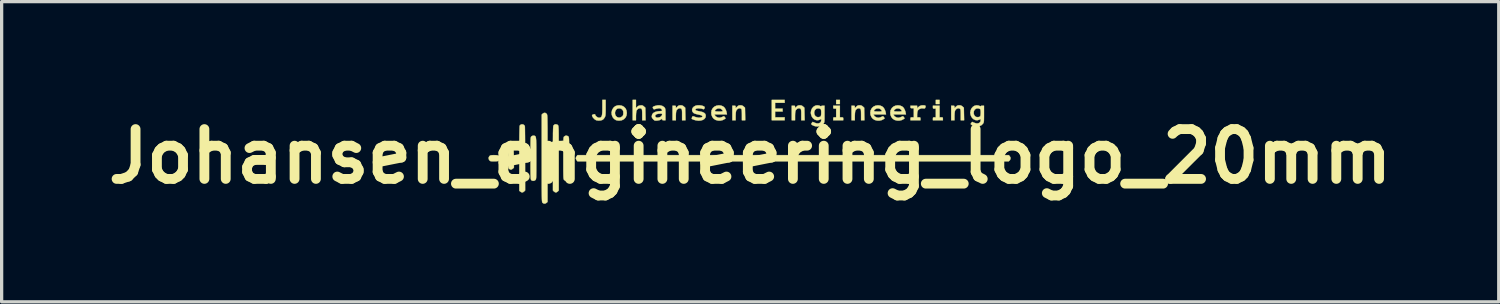
<source format=kicad_pcb>
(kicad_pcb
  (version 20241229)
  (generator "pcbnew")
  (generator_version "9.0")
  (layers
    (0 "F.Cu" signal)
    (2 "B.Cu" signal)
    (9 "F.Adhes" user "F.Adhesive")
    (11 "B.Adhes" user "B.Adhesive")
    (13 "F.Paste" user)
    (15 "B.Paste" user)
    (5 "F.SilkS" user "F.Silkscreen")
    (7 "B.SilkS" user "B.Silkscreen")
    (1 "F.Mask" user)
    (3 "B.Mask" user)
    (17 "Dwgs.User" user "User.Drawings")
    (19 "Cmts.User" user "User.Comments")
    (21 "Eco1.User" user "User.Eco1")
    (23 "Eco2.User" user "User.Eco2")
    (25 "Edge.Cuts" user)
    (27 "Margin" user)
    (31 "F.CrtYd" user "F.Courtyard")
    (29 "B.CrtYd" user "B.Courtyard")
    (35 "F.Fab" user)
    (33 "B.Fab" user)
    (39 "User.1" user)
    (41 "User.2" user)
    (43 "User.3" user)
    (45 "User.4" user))
  (footprint "Johansen_engineering_logo_20mm"
    (layer "F.Cu")
    (at 19.892 1.732)
    (property "Reference" "Johansen_engineering_logo_20mm" (at 0 0 0) (layer "F.SilkS") (effects (font (size 1.524 1.524) (thickness 0.3))))
    (attr through_hole)
    (fp_poly (pts (xy 2.743 -1.6) (xy 2.629 -1.6) (xy 2.629 -1.727) (xy 2.743 -1.727) (xy 2.743 -1.6)) (stroke (width 0.01) (type solid)) (fill yes) (layer "F.SilkS"))
    (fp_poly (pts (xy 5.791 -1.6) (xy 5.677 -1.6) (xy 5.677 -1.727) (xy 5.791 -1.727) (xy 5.791 -1.6)) (stroke (width 0.01) (type solid)) (fill yes) (layer "F.SilkS"))
    (fp_poly (pts (xy 1.054 -1.638) (xy 0.762 -1.638) (xy 0.762 -1.46) (xy 0.991 -1.46) (xy 0.991 -1.372) (xy 0.762 -1.372) (xy 0.762 -1.194) (xy 1.054 -1.194) (xy 1.054 -1.105) (xy 0.66 -1.105) (xy 0.66 -1.727) (xy 1.054 -1.727) (xy 1.054 -1.638)) (stroke (width 0.01) (type solid)) (fill yes) (layer "F.SilkS"))
    (fp_poly (pts (xy 7.935 -0.009) (xy 7.959 0.032) (xy 7.96 0.077) (xy 7.941 0.117) (xy 7.934 0.125) (xy 7.904 0.152) (xy -5.281 0.152) (xy -5.308 0.119) (xy -5.326 0.087) (xy -5.334 0.057) (xy -5.334 0.057) (xy -5.326 0.027) (xy -5.308 -0.004) (xy -5.308 -0.005) (xy -5.281 -0.038) (xy 1.313 -0.038) (xy 7.908 -0.038) (xy 7.935 -0.009)) (stroke (width 0.01) (type solid)) (fill yes) (layer "F.SilkS"))
    (fp_poly (pts (xy 2.743 -1.194) (xy 2.794 -1.194) (xy 2.827 -1.192) (xy 2.841 -1.184) (xy 2.845 -1.162) (xy 2.845 -1.149) (xy 2.845 -1.105) (xy 2.54 -1.105) (xy 2.54 -1.149) (xy 2.542 -1.179) (xy 2.553 -1.191) (xy 2.581 -1.194) (xy 2.584 -1.194) (xy 2.629 -1.194) (xy 2.629 -1.46) (xy 2.584 -1.46) (xy 2.555 -1.462) (xy 2.542 -1.474) (xy 2.54 -1.502) (xy 2.54 -1.505) (xy 2.54 -1.549) (xy 2.743 -1.549) (xy 2.743 -1.194)) (stroke (width 0.01) (type solid)) (fill yes) (layer "F.SilkS"))
    (fp_poly (pts (xy 5.791 -1.194) (xy 5.842 -1.194) (xy 5.875 -1.192) (xy 5.889 -1.184) (xy 5.893 -1.162) (xy 5.893 -1.149) (xy 5.893 -1.105) (xy 5.588 -1.105) (xy 5.588 -1.149) (xy 5.59 -1.179) (xy 5.601 -1.191) (xy 5.629 -1.194) (xy 5.632 -1.194) (xy 5.677 -1.194) (xy 5.677 -1.46) (xy 5.632 -1.46) (xy 5.603 -1.462) (xy 5.59 -1.474) (xy 5.588 -1.502) (xy 5.588 -1.505) (xy 5.588 -1.549) (xy 5.791 -1.549) (xy 5.791 -1.194)) (stroke (width 0.01) (type solid)) (fill yes) (layer "F.SilkS"))
    (fp_poly (pts (xy -7.756 -0.036) (xy -7.708 -0.027) (xy -7.678 -0.01) (xy -7.662 0.018) (xy -7.658 0.057) (xy -7.662 0.097) (xy -7.678 0.124) (xy -7.707 0.141) (xy -7.755 0.15) (xy -7.824 0.152) (xy -7.827 0.152) (xy -7.884 0.152) (xy -7.922 0.149) (xy -7.946 0.144) (xy -7.963 0.133) (xy -7.973 0.123) (xy -7.997 0.082) (xy -7.998 0.037) (xy -7.979 -0.003) (xy -7.972 -0.01) (xy -7.954 -0.024) (xy -7.933 -0.032) (xy -7.902 -0.036) (xy -7.855 -0.038) (xy -7.826 -0.038) (xy -7.756 -0.036)) (stroke (width 0.01) (type solid)) (fill yes) (layer "F.SilkS"))
    (fp_poly (pts (xy -3.493 -1.473) (xy -3.457 -1.513) (xy -3.427 -1.539) (xy -3.394 -1.553) (xy -3.357 -1.559) (xy -3.316 -1.561) (xy -3.288 -1.555) (xy -3.262 -1.537) (xy -3.25 -1.527) (xy -3.207 -1.488) (xy -3.203 -1.296) (xy -3.199 -1.105) (xy -3.302 -1.105) (xy -3.302 -1.269) (xy -3.303 -1.34) (xy -3.305 -1.39) (xy -3.309 -1.423) (xy -3.315 -1.443) (xy -3.322 -1.453) (xy -3.356 -1.471) (xy -3.395 -1.469) (xy -3.434 -1.45) (xy -3.466 -1.415) (xy -3.473 -1.403) (xy -3.484 -1.366) (xy -3.49 -1.311) (xy -3.493 -1.235) (xy -3.493 -1.105) (xy -3.594 -1.105) (xy -3.594 -1.727) (xy -3.493 -1.727) (xy -3.493 -1.473)) (stroke (width 0.01) (type solid)) (fill yes) (layer "F.SilkS"))
    (fp_poly (pts (xy -6.944 -0.976) (xy -6.91 -0.956) (xy -6.892 -0.924) (xy -6.89 -0.907) (xy -6.889 -0.867) (xy -6.888 -0.805) (xy -6.887 -0.724) (xy -6.886 -0.625) (xy -6.885 -0.512) (xy -6.885 -0.385) (xy -6.884 -0.247) (xy -6.884 -0.099) (xy -6.884 0.055) (xy -6.884 0.074) (xy -6.883 1.043) (xy -6.915 1.074) (xy -6.951 1.1) (xy -6.987 1.101) (xy -7.028 1.079) (xy -7.028 1.079) (xy -7.061 1.052) (xy -7.061 0.068) (xy -7.061 -0.141) (xy -7.061 -0.325) (xy -7.06 -0.485) (xy -7.059 -0.62) (xy -7.057 -0.731) (xy -7.055 -0.818) (xy -7.053 -0.882) (xy -7.051 -0.923) (xy -7.048 -0.941) (xy -7.048 -0.941) (xy -7.02 -0.969) (xy -6.983 -0.981) (xy -6.944 -0.976)) (stroke (width 0.01) (type solid)) (fill yes) (layer "F.SilkS"))
    (fp_poly (pts (xy -2.084 -1.558) (xy -2.049 -1.541) (xy -2.029 -1.525) (xy -1.988 -1.488) (xy -1.983 -1.296) (xy -1.979 -1.105) (xy -2.083 -1.105) (xy -2.083 -1.269) (xy -2.083 -1.34) (xy -2.085 -1.39) (xy -2.089 -1.423) (xy -2.096 -1.443) (xy -2.103 -1.453) (xy -2.136 -1.471) (xy -2.176 -1.469) (xy -2.215 -1.45) (xy -2.247 -1.415) (xy -2.254 -1.403) (xy -2.265 -1.366) (xy -2.271 -1.311) (xy -2.273 -1.235) (xy -2.273 -1.105) (xy -2.375 -1.105) (xy -2.375 -1.549) (xy -2.324 -1.549) (xy -2.292 -1.548) (xy -2.277 -1.54) (xy -2.273 -1.52) (xy -2.273 -1.513) (xy -2.273 -1.476) (xy -2.23 -1.519) (xy -2.198 -1.547) (xy -2.167 -1.559) (xy -2.129 -1.562) (xy -2.084 -1.558)) (stroke (width 0.01) (type solid)) (fill yes) (layer "F.SilkS"))
    (fp_poly (pts (xy -0.255 -1.558) (xy -0.22 -1.541) (xy -0.2 -1.525) (xy -0.159 -1.488) (xy -0.155 -1.296) (xy -0.151 -1.105) (xy -0.254 -1.105) (xy -0.254 -1.269) (xy -0.255 -1.34) (xy -0.257 -1.39) (xy -0.261 -1.423) (xy -0.267 -1.443) (xy -0.274 -1.453) (xy -0.308 -1.471) (xy -0.347 -1.469) (xy -0.386 -1.45) (xy -0.418 -1.415) (xy -0.425 -1.403) (xy -0.436 -1.366) (xy -0.442 -1.311) (xy -0.445 -1.235) (xy -0.445 -1.105) (xy -0.546 -1.105) (xy -0.546 -1.549) (xy -0.495 -1.549) (xy -0.463 -1.548) (xy -0.448 -1.54) (xy -0.445 -1.52) (xy -0.445 -1.513) (xy -0.445 -1.476) (xy -0.401 -1.519) (xy -0.369 -1.547) (xy -0.339 -1.559) (xy -0.3 -1.562) (xy -0.255 -1.558)) (stroke (width 0.01) (type solid)) (fill yes) (layer "F.SilkS"))
    (fp_poly (pts (xy 1.561 -1.558) (xy 1.596 -1.541) (xy 1.616 -1.525) (xy 1.657 -1.488) (xy 1.661 -1.296) (xy 1.666 -1.105) (xy 1.562 -1.105) (xy 1.562 -1.269) (xy 1.562 -1.34) (xy 1.559 -1.39) (xy 1.555 -1.423) (xy 1.549 -1.443) (xy 1.542 -1.453) (xy 1.508 -1.471) (xy 1.469 -1.469) (xy 1.43 -1.45) (xy 1.398 -1.415) (xy 1.391 -1.403) (xy 1.38 -1.366) (xy 1.374 -1.311) (xy 1.372 -1.235) (xy 1.372 -1.105) (xy 1.27 -1.105) (xy 1.27 -1.549) (xy 1.321 -1.549) (xy 1.353 -1.548) (xy 1.368 -1.54) (xy 1.372 -1.52) (xy 1.372 -1.513) (xy 1.372 -1.476) (xy 1.415 -1.519) (xy 1.447 -1.547) (xy 1.478 -1.559) (xy 1.516 -1.562) (xy 1.561 -1.558)) (stroke (width 0.01) (type solid)) (fill yes) (layer "F.SilkS"))
    (fp_poly (pts (xy 3.39 -1.558) (xy 3.425 -1.541) (xy 3.445 -1.525) (xy 3.486 -1.488) (xy 3.49 -1.296) (xy 3.494 -1.105) (xy 3.391 -1.105) (xy 3.391 -1.269) (xy 3.39 -1.34) (xy 3.388 -1.39) (xy 3.384 -1.423) (xy 3.378 -1.443) (xy 3.371 -1.453) (xy 3.337 -1.471) (xy 3.298 -1.469) (xy 3.259 -1.45) (xy 3.227 -1.415) (xy 3.22 -1.403) (xy 3.209 -1.366) (xy 3.203 -1.311) (xy 3.2 -1.235) (xy 3.2 -1.105) (xy 3.099 -1.105) (xy 3.099 -1.549) (xy 3.15 -1.549) (xy 3.182 -1.548) (xy 3.197 -1.54) (xy 3.2 -1.52) (xy 3.2 -1.513) (xy 3.2 -1.476) (xy 3.244 -1.519) (xy 3.276 -1.547) (xy 3.306 -1.559) (xy 3.345 -1.562) (xy 3.39 -1.558)) (stroke (width 0.01) (type solid)) (fill yes) (layer "F.SilkS"))
    (fp_poly (pts (xy 6.438 -1.558) (xy 6.473 -1.541) (xy 6.493 -1.525) (xy 6.534 -1.488) (xy 6.538 -1.296) (xy 6.542 -1.105) (xy 6.439 -1.105) (xy 6.439 -1.269) (xy 6.438 -1.34) (xy 6.436 -1.39) (xy 6.432 -1.423) (xy 6.426 -1.443) (xy 6.419 -1.453) (xy 6.385 -1.471) (xy 6.346 -1.469) (xy 6.307 -1.45) (xy 6.275 -1.415) (xy 6.268 -1.403) (xy 6.257 -1.366) (xy 6.251 -1.311) (xy 6.248 -1.235) (xy 6.248 -1.105) (xy 6.147 -1.105) (xy 6.147 -1.549) (xy 6.198 -1.549) (xy 6.23 -1.548) (xy 6.245 -1.54) (xy 6.248 -1.52) (xy 6.248 -1.513) (xy 6.248 -1.476) (xy 6.292 -1.519) (xy 6.324 -1.547) (xy 6.354 -1.559) (xy 6.393 -1.562) (xy 6.438 -1.558)) (stroke (width 0.01) (type solid)) (fill yes) (layer "F.SilkS"))
    (fp_poly (pts (xy -7.295 -0.287) (xy -7.263 -0.268) (xy -7.253 -0.259) (xy -7.246 -0.25) (xy -7.24 -0.235) (xy -7.236 -0.213) (xy -7.234 -0.179) (xy -7.232 -0.13) (xy -7.23 -0.064) (xy -7.229 0.024) (xy -7.229 0.05) (xy -7.225 0.343) (xy -7.257 0.375) (xy -7.297 0.401) (xy -7.336 0.403) (xy -7.374 0.38) (xy -7.376 0.377) (xy -7.385 0.367) (xy -7.392 0.355) (xy -7.397 0.337) (xy -7.4 0.312) (xy -7.402 0.274) (xy -7.404 0.222) (xy -7.404 0.15) (xy -7.404 0.057) (xy -7.404 0.055) (xy -7.404 -0.038) (xy -7.404 -0.109) (xy -7.403 -0.162) (xy -7.401 -0.199) (xy -7.397 -0.225) (xy -7.393 -0.242) (xy -7.386 -0.253) (xy -7.377 -0.262) (xy -7.375 -0.264) (xy -7.336 -0.288) (xy -7.295 -0.287)) (stroke (width 0.01) (type solid)) (fill yes) (layer "F.SilkS"))
    (fp_poly (pts (xy -4.42 -1.489) (xy -4.42 -1.404) (xy -4.421 -1.341) (xy -4.423 -1.294) (xy -4.426 -1.26) (xy -4.431 -1.235) (xy -4.439 -1.213) (xy -4.448 -1.193) (xy -4.485 -1.141) (xy -4.521 -1.114) (xy -4.574 -1.098) (xy -4.636 -1.094) (xy -4.694 -1.101) (xy -4.712 -1.106) (xy -4.761 -1.137) (xy -4.804 -1.182) (xy -4.821 -1.209) (xy -4.836 -1.242) (xy -4.834 -1.262) (xy -4.814 -1.277) (xy -4.801 -1.282) (xy -4.764 -1.291) (xy -4.742 -1.282) (xy -4.737 -1.264) (xy -4.727 -1.242) (xy -4.701 -1.217) (xy -4.669 -1.195) (xy -4.638 -1.182) (xy -4.629 -1.181) (xy -4.596 -1.183) (xy -4.57 -1.193) (xy -4.551 -1.211) (xy -4.537 -1.242) (xy -4.528 -1.288) (xy -4.523 -1.352) (xy -4.521 -1.437) (xy -4.521 -1.498) (xy -4.521 -1.727) (xy -4.42 -1.727) (xy -4.42 -1.489)) (stroke (width 0.01) (type solid)) (fill yes) (layer "F.SilkS"))
    (fp_poly (pts (xy -5.9 -0.972) (xy -5.878 -0.953) (xy -5.874 -0.947) (xy -5.87 -0.938) (xy -5.867 -0.926) (xy -5.864 -0.907) (xy -5.862 -0.882) (xy -5.86 -0.847) (xy -5.858 -0.801) (xy -5.857 -0.743) (xy -5.856 -0.67) (xy -5.856 -0.582) (xy -5.855 -0.475) (xy -5.855 -0.349) (xy -5.855 -0.203) (xy -5.855 -0.033) (xy -5.855 0.059) (xy -5.855 1.043) (xy -5.886 1.074) (xy -5.924 1.1) (xy -5.961 1.101) (xy -5.999 1.076) (xy -6.001 1.074) (xy -6.032 1.043) (xy -6.032 0.059) (xy -6.032 -0.122) (xy -6.032 -0.28) (xy -6.032 -0.416) (xy -6.032 -0.532) (xy -6.031 -0.629) (xy -6.031 -0.709) (xy -6.029 -0.774) (xy -6.028 -0.826) (xy -6.026 -0.866) (xy -6.024 -0.896) (xy -6.022 -0.918) (xy -6.019 -0.933) (xy -6.015 -0.943) (xy -6.011 -0.95) (xy -6.009 -0.953) (xy -5.975 -0.978) (xy -5.944 -0.982) (xy -5.9 -0.972)) (stroke (width 0.01) (type solid)) (fill yes) (layer "F.SilkS"))
    (fp_poly (pts (xy 5.334 -1.559) (xy 5.359 -1.549) (xy 5.365 -1.529) (xy 5.358 -1.5) (xy 5.347 -1.475) (xy 5.334 -1.465) (xy 5.308 -1.465) (xy 5.29 -1.467) (xy 5.229 -1.467) (xy 5.175 -1.448) (xy 5.135 -1.414) (xy 5.125 -1.399) (xy 5.113 -1.358) (xy 5.106 -1.302) (xy 5.105 -1.277) (xy 5.105 -1.194) (xy 5.156 -1.194) (xy 5.189 -1.192) (xy 5.203 -1.184) (xy 5.207 -1.162) (xy 5.207 -1.149) (xy 5.207 -1.105) (xy 4.902 -1.105) (xy 4.902 -1.149) (xy 4.904 -1.178) (xy 4.913 -1.19) (xy 4.938 -1.194) (xy 4.953 -1.194) (xy 5.004 -1.194) (xy 5.004 -1.473) (xy 4.953 -1.473) (xy 4.92 -1.475) (xy 4.906 -1.483) (xy 4.902 -1.503) (xy 4.902 -1.511) (xy 4.902 -1.549) (xy 5.105 -1.549) (xy 5.105 -1.467) (xy 5.138 -1.503) (xy 5.182 -1.539) (xy 5.234 -1.558) (xy 5.287 -1.562) (xy 5.334 -1.559)) (stroke (width 0.01) (type solid)) (fill yes) (layer "F.SilkS"))
    (fp_poly (pts (xy -6.229 -1.306) (xy -6.224 -1.3) (xy -6.22 -1.294) (xy -6.216 -1.288) (xy -6.213 -1.279) (xy -6.21 -1.266) (xy -6.207 -1.248) (xy -6.205 -1.223) (xy -6.203 -1.19) (xy -6.202 -1.148) (xy -6.201 -1.094) (xy -6.2 -1.027) (xy -6.199 -0.946) (xy -6.198 -0.85) (xy -6.198 -0.736) (xy -6.198 -0.604) (xy -6.198 -0.452) (xy -6.198 -0.279) (xy -6.198 -0.083) (xy -6.198 0.063) (xy -6.198 1.393) (xy -6.227 1.42) (xy -6.267 1.443) (xy -6.309 1.444) (xy -6.347 1.423) (xy -6.35 1.42) (xy -6.354 1.415) (xy -6.357 1.409) (xy -6.361 1.401) (xy -6.363 1.388) (xy -6.366 1.371) (xy -6.368 1.346) (xy -6.37 1.312) (xy -6.371 1.269) (xy -6.372 1.215) (xy -6.373 1.147) (xy -6.374 1.066) (xy -6.375 0.969) (xy -6.375 0.854) (xy -6.375 0.721) (xy -6.375 0.568) (xy -6.375 0.393) (xy -6.375 0.196) (xy -6.375 0.057) (xy -6.375 -1.278) (xy -6.346 -1.306) (xy -6.306 -1.33) (xy -6.265 -1.33) (xy -6.229 -1.306)) (stroke (width 0.01) (type solid)) (fill yes) (layer "F.SilkS"))
    (fp_poly (pts (xy -3.928 -1.551) (xy -3.864 -1.519) (xy -3.814 -1.469) (xy -3.783 -1.404) (xy -3.772 -1.327) (xy -3.783 -1.249) (xy -3.815 -1.184) (xy -3.864 -1.135) (xy -3.93 -1.103) (xy -4.008 -1.093) (xy -4.01 -1.093) (xy -4.055 -1.097) (xy -4.097 -1.106) (xy -4.108 -1.11) (xy -4.166 -1.149) (xy -4.208 -1.203) (xy -4.233 -1.269) (xy -4.238 -1.329) (xy -4.136 -1.329) (xy -4.129 -1.279) (xy -4.107 -1.235) (xy -4.071 -1.202) (xy -4.024 -1.186) (xy -3.988 -1.187) (xy -3.948 -1.2) (xy -3.913 -1.225) (xy -3.912 -1.225) (xy -3.892 -1.25) (xy -3.883 -1.279) (xy -3.88 -1.323) (xy -3.88 -1.327) (xy -3.882 -1.371) (xy -3.891 -1.401) (xy -3.91 -1.426) (xy -3.915 -1.432) (xy -3.945 -1.456) (xy -3.98 -1.466) (xy -4.008 -1.467) (xy -4.049 -1.464) (xy -4.077 -1.451) (xy -4.096 -1.432) (xy -4.126 -1.382) (xy -4.136 -1.329) (xy -4.238 -1.329) (xy -4.239 -1.34) (xy -4.225 -1.411) (xy -4.218 -1.429) (xy -4.177 -1.493) (xy -4.124 -1.536) (xy -4.056 -1.558) (xy -4.006 -1.562) (xy -3.928 -1.551)) (stroke (width 0.01) (type solid)) (fill yes) (layer "F.SilkS"))
    (fp_poly (pts (xy -6.586 -0.627) (xy -6.584 -0.625) (xy -6.574 -0.618) (xy -6.566 -0.608) (xy -6.559 -0.593) (xy -6.554 -0.571) (xy -6.55 -0.54) (xy -6.546 -0.498) (xy -6.544 -0.443) (xy -6.542 -0.373) (xy -6.541 -0.285) (xy -6.541 -0.177) (xy -6.541 -0.048) (xy -6.54 0.067) (xy -6.541 0.209) (xy -6.541 0.328) (xy -6.541 0.426) (xy -6.542 0.505) (xy -6.543 0.568) (xy -6.544 0.616) (xy -6.546 0.652) (xy -6.549 0.677) (xy -6.552 0.695) (xy -6.556 0.707) (xy -6.561 0.715) (xy -6.566 0.722) (xy -6.601 0.744) (xy -6.642 0.75) (xy -6.68 0.738) (xy -6.699 0.721) (xy -6.703 0.712) (xy -6.707 0.698) (xy -6.71 0.676) (xy -6.712 0.645) (xy -6.714 0.602) (xy -6.716 0.545) (xy -6.717 0.473) (xy -6.718 0.383) (xy -6.718 0.272) (xy -6.718 0.14) (xy -6.718 0.054) (xy -6.718 -0.089) (xy -6.718 -0.21) (xy -6.718 -0.309) (xy -6.717 -0.39) (xy -6.716 -0.454) (xy -6.715 -0.503) (xy -6.713 -0.539) (xy -6.71 -0.565) (xy -6.707 -0.583) (xy -6.703 -0.595) (xy -6.698 -0.604) (xy -6.693 -0.61) (xy -6.66 -0.629) (xy -6.62 -0.635) (xy -6.586 -0.627)) (stroke (width 0.01) (type solid)) (fill yes) (layer "F.SilkS"))
    (fp_poly (pts (xy -5.57 -0.616) (xy -5.563 -0.61) (xy -5.557 -0.603) (xy -5.552 -0.595) (xy -5.548 -0.583) (xy -5.545 -0.564) (xy -5.542 -0.537) (xy -5.541 -0.5) (xy -5.539 -0.45) (xy -5.538 -0.386) (xy -5.538 -0.304) (xy -5.537 -0.204) (xy -5.537 -0.082) (xy -5.537 0.054) (xy -5.537 0.2) (xy -5.538 0.323) (xy -5.538 0.424) (xy -5.539 0.507) (xy -5.54 0.572) (xy -5.542 0.622) (xy -5.544 0.66) (xy -5.547 0.687) (xy -5.55 0.705) (xy -5.554 0.717) (xy -5.557 0.721) (xy -5.587 0.744) (xy -5.626 0.75) (xy -5.666 0.739) (xy -5.689 0.722) (xy -5.695 0.715) (xy -5.7 0.706) (xy -5.704 0.694) (xy -5.707 0.676) (xy -5.71 0.649) (xy -5.712 0.613) (xy -5.713 0.564) (xy -5.714 0.5) (xy -5.715 0.42) (xy -5.715 0.32) (xy -5.715 0.2) (xy -5.715 0.057) (xy -5.715 -0.086) (xy -5.715 -0.207) (xy -5.715 -0.306) (xy -5.714 -0.386) (xy -5.713 -0.45) (xy -5.712 -0.499) (xy -5.71 -0.535) (xy -5.707 -0.561) (xy -5.704 -0.58) (xy -5.7 -0.592) (xy -5.695 -0.6) (xy -5.689 -0.607) (xy -5.652 -0.63) (xy -5.609 -0.633) (xy -5.57 -0.616)) (stroke (width 0.01) (type solid)) (fill yes) (layer "F.SilkS"))
    (fp_poly (pts (xy -0.893 -1.554) (xy -0.832 -1.53) (xy -0.791 -1.497) (xy -0.756 -1.445) (xy -0.729 -1.377) (xy -0.719 -1.33) (xy -0.71 -1.283) (xy -1.092 -1.283) (xy -1.077 -1.252) (xy -1.052 -1.221) (xy -1.01 -1.196) (xy -0.962 -1.183) (xy -0.944 -1.181) (xy -0.91 -1.187) (xy -0.868 -1.2) (xy -0.854 -1.206) (xy -0.801 -1.23) (xy -0.775 -1.198) (xy -0.75 -1.165) (xy -0.781 -1.141) (xy -0.839 -1.11) (xy -0.909 -1.094) (xy -0.984 -1.095) (xy -1.054 -1.113) (xy -1.063 -1.117) (xy -1.12 -1.156) (xy -1.161 -1.21) (xy -1.185 -1.274) (xy -1.191 -1.343) (xy -1.181 -1.392) (xy -1.08 -1.392) (xy -1.069 -1.38) (xy -1.037 -1.374) (xy -0.983 -1.372) (xy -0.959 -1.372) (xy -0.9 -1.372) (xy -0.862 -1.376) (xy -0.843 -1.381) (xy -0.838 -1.388) (xy -0.847 -1.408) (xy -0.868 -1.433) (xy -0.871 -1.436) (xy -0.906 -1.459) (xy -0.95 -1.467) (xy -0.959 -1.467) (xy -1.006 -1.461) (xy -1.041 -1.441) (xy -1.047 -1.436) (xy -1.072 -1.41) (xy -1.08 -1.392) (xy -1.181 -1.392) (xy -1.178 -1.412) (xy -1.144 -1.475) (xy -1.141 -1.479) (xy -1.091 -1.523) (xy -1.029 -1.551) (xy -0.961 -1.561) (xy -0.893 -1.554)) (stroke (width 0.01) (type solid)) (fill yes) (layer "F.SilkS"))
    (fp_poly (pts (xy 3.971 -1.554) (xy 4.032 -1.53) (xy 4.073 -1.497) (xy 4.108 -1.445) (xy 4.135 -1.377) (xy 4.146 -1.33) (xy 4.154 -1.283) (xy 3.772 -1.283) (xy 3.787 -1.252) (xy 3.812 -1.221) (xy 3.854 -1.196) (xy 3.902 -1.183) (xy 3.92 -1.181) (xy 3.954 -1.187) (xy 3.996 -1.2) (xy 4.01 -1.206) (xy 4.063 -1.23) (xy 4.089 -1.198) (xy 4.114 -1.165) (xy 4.083 -1.141) (xy 4.025 -1.11) (xy 3.955 -1.094) (xy 3.88 -1.095) (xy 3.81 -1.113) (xy 3.801 -1.117) (xy 3.744 -1.156) (xy 3.703 -1.21) (xy 3.679 -1.274) (xy 3.673 -1.343) (xy 3.683 -1.392) (xy 3.784 -1.392) (xy 3.795 -1.38) (xy 3.827 -1.374) (xy 3.881 -1.372) (xy 3.905 -1.372) (xy 3.965 -1.372) (xy 4.002 -1.376) (xy 4.021 -1.381) (xy 4.026 -1.388) (xy 4.017 -1.408) (xy 3.996 -1.433) (xy 3.993 -1.436) (xy 3.958 -1.459) (xy 3.914 -1.467) (xy 3.905 -1.467) (xy 3.858 -1.461) (xy 3.823 -1.441) (xy 3.817 -1.436) (xy 3.792 -1.41) (xy 3.784 -1.392) (xy 3.683 -1.392) (xy 3.687 -1.412) (xy 3.72 -1.475) (xy 3.723 -1.479) (xy 3.773 -1.523) (xy 3.835 -1.551) (xy 3.903 -1.561) (xy 3.971 -1.554)) (stroke (width 0.01) (type solid)) (fill yes) (layer "F.SilkS"))
    (fp_poly (pts (xy 4.58 -1.554) (xy 4.642 -1.53) (xy 4.683 -1.497) (xy 4.717 -1.445) (xy 4.744 -1.377) (xy 4.755 -1.33) (xy 4.764 -1.283) (xy 4.382 -1.283) (xy 4.396 -1.252) (xy 4.422 -1.221) (xy 4.464 -1.196) (xy 4.511 -1.183) (xy 4.529 -1.181) (xy 4.564 -1.187) (xy 4.606 -1.2) (xy 4.619 -1.206) (xy 4.673 -1.23) (xy 4.699 -1.198) (xy 4.724 -1.165) (xy 4.693 -1.141) (xy 4.635 -1.11) (xy 4.564 -1.094) (xy 4.49 -1.095) (xy 4.42 -1.113) (xy 4.411 -1.117) (xy 4.354 -1.156) (xy 4.313 -1.21) (xy 4.289 -1.274) (xy 4.283 -1.343) (xy 4.292 -1.392) (xy 4.394 -1.392) (xy 4.405 -1.38) (xy 4.437 -1.374) (xy 4.491 -1.372) (xy 4.515 -1.372) (xy 4.574 -1.372) (xy 4.612 -1.376) (xy 4.631 -1.381) (xy 4.636 -1.388) (xy 4.627 -1.408) (xy 4.606 -1.433) (xy 4.603 -1.436) (xy 4.568 -1.459) (xy 4.524 -1.467) (xy 4.515 -1.467) (xy 4.468 -1.461) (xy 4.432 -1.441) (xy 4.427 -1.436) (xy 4.402 -1.41) (xy 4.394 -1.392) (xy 4.292 -1.392) (xy 4.296 -1.412) (xy 4.33 -1.475) (xy 4.333 -1.479) (xy 4.382 -1.523) (xy 4.444 -1.551) (xy 4.512 -1.561) (xy 4.58 -1.554)) (stroke (width 0.01) (type solid)) (fill yes) (layer "F.SilkS"))
    (fp_poly (pts (xy -1.499 -1.556) (xy -1.444 -1.542) (xy -1.404 -1.522) (xy -1.4 -1.518) (xy -1.391 -1.497) (xy -1.396 -1.471) (xy -1.41 -1.449) (xy -1.429 -1.441) (xy -1.434 -1.443) (xy -1.485 -1.459) (xy -1.54 -1.467) (xy -1.592 -1.469) (xy -1.636 -1.463) (xy -1.665 -1.449) (xy -1.672 -1.44) (xy -1.675 -1.423) (xy -1.665 -1.41) (xy -1.641 -1.398) (xy -1.597 -1.387) (xy -1.543 -1.376) (xy -1.466 -1.358) (xy -1.413 -1.335) (xy -1.379 -1.306) (xy -1.362 -1.268) (xy -1.359 -1.235) (xy -1.37 -1.185) (xy -1.402 -1.144) (xy -1.451 -1.114) (xy -1.512 -1.096) (xy -1.584 -1.092) (xy -1.662 -1.102) (xy -1.712 -1.116) (xy -1.75 -1.13) (xy -1.778 -1.142) (xy -1.786 -1.147) (xy -1.787 -1.163) (xy -1.779 -1.191) (xy -1.778 -1.194) (xy -1.769 -1.214) (xy -1.759 -1.225) (xy -1.743 -1.226) (xy -1.714 -1.218) (xy -1.667 -1.201) (xy -1.664 -1.2) (xy -1.589 -1.184) (xy -1.545 -1.184) (xy -1.493 -1.194) (xy -1.465 -1.21) (xy -1.461 -1.229) (xy -1.48 -1.248) (xy -1.524 -1.265) (xy -1.545 -1.27) (xy -1.616 -1.286) (xy -1.665 -1.298) (xy -1.7 -1.31) (xy -1.724 -1.322) (xy -1.742 -1.337) (xy -1.748 -1.343) (xy -1.774 -1.386) (xy -1.777 -1.434) (xy -1.76 -1.48) (xy -1.724 -1.52) (xy -1.672 -1.549) (xy -1.622 -1.56) (xy -1.561 -1.562) (xy -1.499 -1.556)) (stroke (width 0.01) (type solid)) (fill yes) (layer "F.SilkS"))
    (fp_poly (pts (xy 2.106 -1.555) (xy 2.134 -1.543) (xy 2.16 -1.533) (xy 2.172 -1.535) (xy 2.172 -1.536) (xy 2.183 -1.545) (xy 2.211 -1.549) (xy 2.223 -1.549) (xy 2.273 -1.549) (xy 2.273 -1.297) (xy 2.273 -1.211) (xy 2.273 -1.146) (xy 2.271 -1.099) (xy 2.268 -1.065) (xy 2.264 -1.041) (xy 2.257 -1.023) (xy 2.248 -1.008) (xy 2.244 -1.002) (xy 2.199 -0.956) (xy 2.138 -0.926) (xy 2.068 -0.914) (xy 1.992 -0.921) (xy 1.953 -0.933) (xy 1.907 -0.953) (xy 1.877 -0.974) (xy 1.867 -0.991) (xy 1.874 -1.007) (xy 1.889 -1.028) (xy 1.911 -1.055) (xy 1.973 -1.028) (xy 2.035 -1.009) (xy 2.089 -1.009) (xy 2.132 -1.025) (xy 2.161 -1.056) (xy 2.172 -1.101) (xy 2.172 -1.101) (xy 2.172 -1.144) (xy 2.134 -1.124) (xy 2.074 -1.105) (xy 2.014 -1.109) (xy 1.959 -1.133) (xy 1.913 -1.174) (xy 1.878 -1.229) (xy 1.858 -1.296) (xy 1.855 -1.338) (xy 1.956 -1.338) (xy 1.963 -1.287) (xy 1.986 -1.242) (xy 2.021 -1.211) (xy 2.059 -1.2) (xy 2.104 -1.201) (xy 2.144 -1.214) (xy 2.154 -1.22) (xy 2.163 -1.241) (xy 2.17 -1.278) (xy 2.172 -1.325) (xy 2.171 -1.373) (xy 2.167 -1.415) (xy 2.159 -1.441) (xy 2.156 -1.445) (xy 2.115 -1.465) (xy 2.066 -1.468) (xy 2.031 -1.46) (xy 1.991 -1.431) (xy 1.966 -1.388) (xy 1.956 -1.338) (xy 1.855 -1.338) (xy 1.854 -1.339) (xy 1.865 -1.409) (xy 1.893 -1.47) (xy 1.935 -1.517) (xy 1.987 -1.549) (xy 2.045 -1.562) (xy 2.106 -1.555)) (stroke (width 0.01) (type solid)) (fill yes) (layer "F.SilkS"))
    (fp_poly (pts (xy 6.982 -1.555) (xy 7.011 -1.543) (xy 7.037 -1.533) (xy 7.048 -1.535) (xy 7.048 -1.536) (xy 7.06 -1.545) (xy 7.088 -1.549) (xy 7.099 -1.549) (xy 7.15 -1.549) (xy 7.15 -1.297) (xy 7.15 -1.211) (xy 7.149 -1.146) (xy 7.148 -1.099) (xy 7.145 -1.065) (xy 7.14 -1.041) (xy 7.134 -1.023) (xy 7.125 -1.008) (xy 7.121 -1.002) (xy 7.076 -0.956) (xy 7.015 -0.926) (xy 6.944 -0.914) (xy 6.868 -0.921) (xy 6.829 -0.933) (xy 6.784 -0.953) (xy 6.754 -0.974) (xy 6.744 -0.991) (xy 6.751 -1.007) (xy 6.766 -1.028) (xy 6.788 -1.055) (xy 6.85 -1.028) (xy 6.912 -1.009) (xy 6.966 -1.009) (xy 7.009 -1.025) (xy 7.038 -1.056) (xy 7.048 -1.101) (xy 7.048 -1.101) (xy 7.048 -1.144) (xy 7.011 -1.124) (xy 6.95 -1.105) (xy 6.891 -1.109) (xy 6.836 -1.133) (xy 6.789 -1.174) (xy 6.754 -1.229) (xy 6.734 -1.296) (xy 6.731 -1.338) (xy 6.833 -1.338) (xy 6.84 -1.287) (xy 6.863 -1.242) (xy 6.897 -1.211) (xy 6.936 -1.2) (xy 6.981 -1.201) (xy 7.021 -1.214) (xy 7.031 -1.22) (xy 7.04 -1.241) (xy 7.046 -1.278) (xy 7.049 -1.325) (xy 7.048 -1.373) (xy 7.044 -1.415) (xy 7.036 -1.441) (xy 7.033 -1.445) (xy 6.992 -1.465) (xy 6.943 -1.468) (xy 6.908 -1.46) (xy 6.868 -1.431) (xy 6.843 -1.388) (xy 6.833 -1.338) (xy 6.731 -1.338) (xy 6.731 -1.339) (xy 6.742 -1.409) (xy 6.77 -1.47) (xy 6.812 -1.517) (xy 6.864 -1.549) (xy 6.922 -1.562) (xy 6.982 -1.555)) (stroke (width 0.01) (type solid)) (fill yes) (layer "F.SilkS"))
    (fp_poly (pts (xy -2.69 -1.544) (xy -2.636 -1.511) (xy -2.618 -1.492) (xy -2.607 -1.476) (xy -2.6 -1.458) (xy -2.595 -1.432) (xy -2.592 -1.395) (xy -2.591 -1.342) (xy -2.591 -1.281) (xy -2.591 -1.105) (xy -2.642 -1.105) (xy -2.675 -1.107) (xy -2.689 -1.116) (xy -2.692 -1.131) (xy -2.694 -1.147) (xy -2.701 -1.148) (xy -2.721 -1.135) (xy -2.73 -1.128) (xy -2.777 -1.106) (xy -2.842 -1.095) (xy -2.845 -1.095) (xy -2.888 -1.093) (xy -2.916 -1.096) (xy -2.938 -1.108) (xy -2.964 -1.133) (xy -2.965 -1.134) (xy -2.994 -1.168) (xy -3.008 -1.199) (xy -3.01 -1.228) (xy -3.006 -1.245) (xy -2.906 -1.245) (xy -2.901 -1.212) (xy -2.875 -1.191) (xy -2.832 -1.184) (xy -2.814 -1.186) (xy -2.772 -1.196) (xy -2.735 -1.214) (xy -2.732 -1.216) (xy -2.707 -1.244) (xy -2.695 -1.274) (xy -2.694 -1.295) (xy -2.702 -1.304) (xy -2.725 -1.307) (xy -2.752 -1.307) (xy -2.82 -1.301) (xy -2.87 -1.286) (xy -2.899 -1.263) (xy -2.906 -1.245) (xy -3.006 -1.245) (xy -2.998 -1.282) (xy -2.965 -1.325) (xy -2.909 -1.357) (xy -2.834 -1.376) (xy -2.784 -1.382) (xy -2.736 -1.385) (xy -2.709 -1.39) (xy -2.696 -1.397) (xy -2.694 -1.41) (xy -2.695 -1.414) (xy -2.708 -1.439) (xy -2.733 -1.46) (xy -2.763 -1.469) (xy -2.804 -1.469) (xy -2.861 -1.459) (xy -2.928 -1.441) (xy -2.951 -1.442) (xy -2.967 -1.462) (xy -2.97 -1.467) (xy -2.979 -1.493) (xy -2.975 -1.511) (xy -2.954 -1.526) (xy -2.913 -1.542) (xy -2.912 -1.542) (xy -2.833 -1.56) (xy -2.757 -1.56) (xy -2.69 -1.544)) (stroke (width 0.01) (type solid)) (fill yes) (layer "F.SilkS")))
  (gr_rect
    (start -3 -3)
    (end 42.784 6.181)
    (stroke (width 0.1) (type default))
    (fill no)
    (layer "Edge.Cuts")))
</source>
